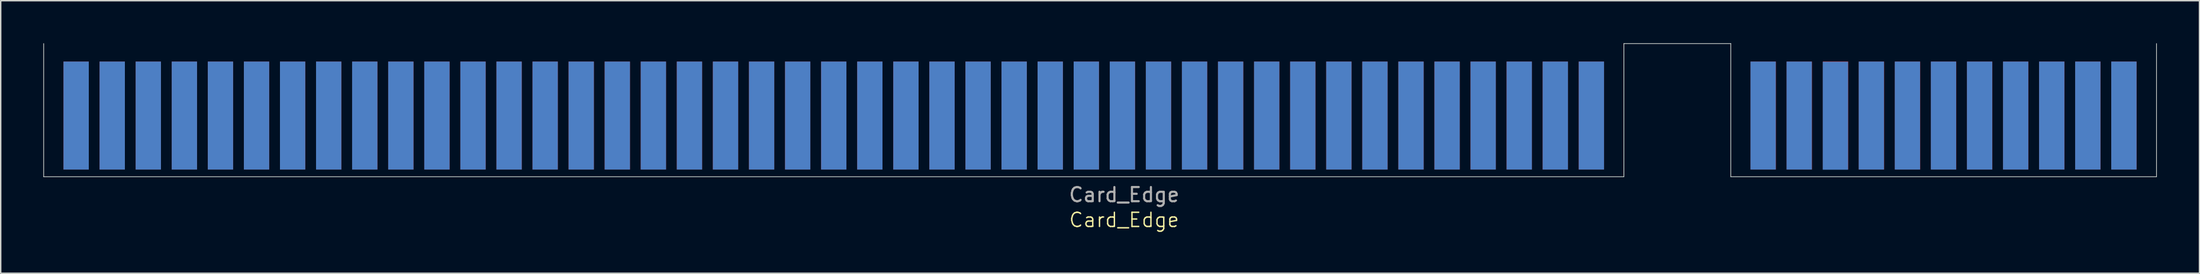
<source format=kicad_pcb>
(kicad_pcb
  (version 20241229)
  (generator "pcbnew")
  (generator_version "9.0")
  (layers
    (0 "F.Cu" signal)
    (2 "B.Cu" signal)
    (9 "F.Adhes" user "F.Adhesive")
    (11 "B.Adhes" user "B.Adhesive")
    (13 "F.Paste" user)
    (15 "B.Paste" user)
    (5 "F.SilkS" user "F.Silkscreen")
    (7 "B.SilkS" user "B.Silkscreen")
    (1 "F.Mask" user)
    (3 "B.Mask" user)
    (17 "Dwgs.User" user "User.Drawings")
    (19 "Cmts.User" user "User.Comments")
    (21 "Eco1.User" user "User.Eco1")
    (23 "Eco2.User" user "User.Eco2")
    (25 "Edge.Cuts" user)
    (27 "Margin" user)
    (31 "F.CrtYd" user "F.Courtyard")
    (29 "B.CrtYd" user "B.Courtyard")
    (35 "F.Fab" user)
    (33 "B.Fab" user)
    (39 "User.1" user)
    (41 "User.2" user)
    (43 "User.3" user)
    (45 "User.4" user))
  (footprint "Card_Edge"
    (layer "F.Cu")
    (at 76.098 7.899)
    (property "Reference" "Card_Edge" (at 0 4.572 0) (unlocked yes) (layer "F.SilkS") (effects (font (size 1 1) (thickness 0.1))))
    (attr smd)
    (fp_line (start -76.073 -7.874) (end -76.073 1.524) (stroke (width 0.05) (type default)) (layer "Edge.Cuts"))
    (fp_line (start -76.073 1.524) (end 35.179 1.524) (stroke (width 0.05) (type default)) (layer "Edge.Cuts"))
    (fp_line (start 35.179 -7.874) (end 42.707 -7.874) (stroke (width 0.05) (type default)) (layer "Edge.Cuts"))
    (fp_line (start 35.179 1.524) (end 35.179 -7.874) (stroke (width 0.05) (type default)) (layer "Edge.Cuts"))
    (fp_line (start 42.707 -7.874) (end 42.707 1.524) (stroke (width 0.05) (type solid)) (layer "Edge.Cuts"))
    (fp_line (start 42.707 1.524) (end 72.679 1.524) (stroke (width 0.05) (type default)) (layer "Edge.Cuts"))
    (fp_line (start 72.679 1.524) (end 72.679 -7.874) (stroke (width 0.05) (type solid)) (layer "Edge.Cuts"))
    (fp_text user "${REFERENCE}" (at 0 2.794 0) (unlocked yes) (layer "F.Fab") (effects (font (size 1 1) (thickness 0.15))))
    (pad "a1" connect rect (at -73.787 -2.794) (size 1.78 7.62) (layers "F.Cu" "F.Mask"))
    (pad "a2" connect rect (at -71.247 -2.794) (size 1.78 7.62) (layers "F.Cu" "F.Mask"))
    (pad "a3" connect rect (at -68.707 -2.794) (size 1.78 7.62) (layers "F.Cu" "F.Mask"))
    (pad "a4" connect rect (at -66.167 -2.794) (size 1.78 7.62) (layers "F.Cu" "F.Mask"))
    (pad "a5" connect rect (at -63.627 -2.794) (size 1.78 7.62) (layers "F.Cu" "F.Mask"))
    (pad "a6" connect rect (at -61.087 -2.794) (size 1.78 7.62) (layers "F.Cu" "F.Mask"))
    (pad "a7" connect rect (at -58.547 -2.794) (size 1.78 7.62) (layers "F.Cu" "F.Mask"))
    (pad "a8" connect rect (at -56.007 -2.794) (size 1.78 7.62) (layers "F.Cu" "F.Mask"))
    (pad "a9" connect rect (at -53.467 -2.794) (size 1.78 7.62) (layers "F.Cu" "F.Mask"))
    (pad "a10" connect rect (at -50.927 -2.794) (size 1.78 7.62) (layers "F.Cu" "F.Mask"))
    (pad "a11" connect rect (at -48.387 -2.794) (size 1.78 7.62) (layers "F.Cu" "F.Mask"))
    (pad "a12" connect rect (at -45.847 -2.794) (size 1.78 7.62) (layers "F.Cu" "F.Mask"))
    (pad "a13" connect rect (at -43.307 -2.794) (size 1.78 7.62) (layers "F.Cu" "F.Mask"))
    (pad "a14" connect rect (at -40.767 -2.794) (size 1.78 7.62) (layers "F.Cu" "F.Mask"))
    (pad "a15" connect rect (at -38.227 -2.794) (size 1.78 7.62) (layers "F.Cu" "F.Mask"))
    (pad "a16" connect rect (at -35.687 -2.794) (size 1.78 7.62) (layers "F.Cu" "F.Mask"))
    (pad "a17" connect rect (at -33.147 -2.794) (size 1.78 7.62) (layers "F.Cu" "F.Mask"))
    (pad "a18" connect rect (at -30.607 -2.794) (size 1.78 7.62) (layers "F.Cu" "F.Mask"))
    (pad "a19" connect rect (at -28.067 -2.794) (size 1.78 7.62) (layers "F.Cu" "F.Mask"))
    (pad "a20" connect rect (at -25.527 -2.794) (size 1.78 7.62) (layers "F.Cu" "F.Mask"))
    (pad "a21" connect rect (at -22.987 -2.794) (size 1.78 7.62) (layers "F.Cu" "F.Mask"))
    (pad "a22" connect rect (at -20.447 -2.794) (size 1.78 7.62) (layers "F.Cu" "F.Mask"))
    (pad "a23" connect rect (at -17.907 -2.794) (size 1.78 7.62) (layers "F.Cu" "F.Mask"))
    (pad "a24" connect rect (at -15.367 -2.794) (size 1.78 7.62) (layers "F.Cu" "F.Mask"))
    (pad "a25" connect rect (at -12.827 -2.794) (size 1.78 7.62) (layers "F.Cu" "F.Mask"))
    (pad "a26" connect rect (at -10.287 -2.794) (size 1.78 7.62) (layers "F.Cu" "F.Mask"))
    (pad "a27" connect rect (at -7.747 -2.794) (size 1.78 7.62) (layers "F.Cu" "F.Mask"))
    (pad "a28" connect rect (at -5.207 -2.794) (size 1.78 7.62) (layers "F.Cu" "F.Mask"))
    (pad "a29" connect rect (at -2.667 -2.794) (size 1.78 7.62) (layers "F.Cu" "F.Mask"))
    (pad "a30" connect rect (at -0.127 -2.794) (size 1.78 7.62) (layers "F.Cu" "F.Mask"))
    (pad "a31" connect rect (at 2.413 -2.794) (size 1.78 7.62) (layers "F.Cu" "F.Mask"))
    (pad "a32" connect rect (at 4.953 -2.794) (size 1.78 7.62) (layers "F.Cu" "F.Mask"))
    (pad "a33" connect rect (at 7.493 -2.794) (size 1.78 7.62) (layers "F.Cu" "F.Mask"))
    (pad "a34" connect rect (at 10.033 -2.794) (size 1.78 7.62) (layers "F.Cu" "F.Mask"))
    (pad "a35" connect rect (at 12.573 -2.794) (size 1.78 7.62) (layers "F.Cu" "F.Mask"))
    (pad "a36" connect rect (at 15.113 -2.794) (size 1.78 7.62) (layers "F.Cu" "F.Mask"))
    (pad "a37" connect rect (at 17.653 -2.794) (size 1.78 7.62) (layers "F.Cu" "F.Mask"))
    (pad "a38" connect rect (at 20.193 -2.794) (size 1.78 7.62) (layers "F.Cu" "F.Mask"))
    (pad "a39" connect rect (at 22.733 -2.794) (size 1.78 7.62) (layers "F.Cu" "F.Mask"))
    (pad "a40" connect rect (at 25.273 -2.794) (size 1.78 7.62) (layers "F.Cu" "F.Mask"))
    (pad "a41" connect rect (at 27.813 -2.794) (size 1.78 7.62) (layers "F.Cu" "F.Mask"))
    (pad "a42" connect rect (at 30.353 -2.794) (size 1.78 7.62) (layers "F.Cu" "F.Mask"))
    (pad "a43" connect rect (at 32.893 -2.794) (size 1.78 7.62) (layers "F.Cu" "F.Mask"))
    (pad "b1" connect rect (at -73.787 -2.794) (size 1.78 7.62) (layers "B.Cu" "B.Mask"))
    (pad "b2" connect rect (at -71.247 -2.794) (size 1.78 7.62) (layers "B.Cu" "B.Mask"))
    (pad "b3" connect rect (at -68.707 -2.794) (size 1.78 7.62) (layers "B.Cu" "B.Mask"))
    (pad "b4" connect rect (at -66.167 -2.794) (size 1.78 7.62) (layers "B.Cu" "B.Mask"))
    (pad "b5" connect rect (at -63.627 -2.794) (size 1.78 7.62) (layers "B.Cu" "B.Mask"))
    (pad "b6" connect rect (at -61.087 -2.794) (size 1.78 7.62) (layers "B.Cu" "B.Mask"))
    (pad "b7" connect rect (at -58.547 -2.794) (size 1.78 7.62) (layers "B.Cu" "B.Mask"))
    (pad "b8" connect rect (at -56.007 -2.794) (size 1.78 7.62) (layers "B.Cu" "B.Mask"))
    (pad "b9" connect rect (at -53.467 -2.794) (size 1.78 7.62) (layers "B.Cu" "B.Mask"))
    (pad "b10" connect rect (at -50.927 -2.794) (size 1.78 7.62) (layers "B.Cu" "B.Mask"))
    (pad "b11" connect rect (at -48.387 -2.794) (size 1.78 7.62) (layers "B.Cu" "B.Mask"))
    (pad "b12" connect rect (at -45.847 -2.794) (size 1.78 7.62) (layers "B.Cu" "B.Mask"))
    (pad "b13" connect rect (at -43.307 -2.794) (size 1.78 7.62) (layers "B.Cu" "B.Mask"))
    (pad "b14" connect rect (at -40.767 -2.794) (size 1.78 7.62) (layers "B.Cu" "B.Mask"))
    (pad "b15" connect rect (at -38.227 -2.794) (size 1.78 7.62) (layers "B.Cu" "B.Mask"))
    (pad "b16" connect rect (at -35.687 -2.794) (size 1.78 7.62) (layers "B.Cu" "B.Mask"))
    (pad "b17" connect rect (at -33.147 -2.794) (size 1.78 7.62) (layers "B.Cu" "B.Mask"))
    (pad "b18" connect rect (at -30.607 -2.794) (size 1.78 7.62) (layers "B.Cu" "B.Mask"))
    (pad "b19" connect rect (at -28.067 -2.794) (size 1.78 7.62) (layers "B.Cu" "B.Mask"))
    (pad "b20" connect rect (at -25.527 -2.794) (size 1.78 7.62) (layers "B.Cu" "B.Mask"))
    (pad "b21" connect rect (at -22.987 -2.794) (size 1.78 7.62) (layers "B.Cu" "B.Mask"))
    (pad "b22" connect rect (at -20.447 -2.794) (size 1.78 7.62) (layers "B.Cu" "B.Mask"))
    (pad "b23" connect rect (at -17.907 -2.794) (size 1.78 7.62) (layers "B.Cu" "B.Mask"))
    (pad "b24" connect rect (at -15.367 -2.794) (size 1.78 7.62) (layers "B.Cu" "B.Mask"))
    (pad "b25" connect rect (at -12.827 -2.794) (size 1.78 7.62) (layers "B.Cu" "B.Mask"))
    (pad "b26" connect rect (at -10.287 -2.794) (size 1.78 7.62) (layers "B.Cu" "B.Mask"))
    (pad "b27" connect rect (at -7.747 -2.794) (size 1.78 7.62) (layers "B.Cu" "B.Mask"))
    (pad "b28" connect rect (at -5.207 -2.794) (size 1.78 7.62) (layers "B.Cu" "B.Mask"))
    (pad "b29" connect rect (at -2.667 -2.794) (size 1.78 7.62) (layers "B.Cu" "B.Mask"))
    (pad "b30" connect rect (at -0.127 -2.794) (size 1.78 7.62) (layers "B.Cu" "B.Mask"))
    (pad "b31" connect rect (at 2.413 -2.794) (size 1.78 7.62) (layers "B.Cu" "B.Mask"))
    (pad "b32" connect rect (at 4.953 -2.794) (size 1.78 7.62) (layers "B.Cu" "B.Mask"))
    (pad "b33" connect rect (at 7.493 -2.794) (size 1.78 7.62) (layers "B.Cu" "B.Mask"))
    (pad "b34" connect rect (at 10.033 -2.794) (size 1.78 7.62) (layers "B.Cu" "B.Mask"))
    (pad "b35" connect rect (at 12.573 -2.794) (size 1.78 7.62) (layers "B.Cu" "B.Mask"))
    (pad "b36" connect rect (at 15.113 -2.794) (size 1.78 7.62) (layers "B.Cu" "B.Mask"))
    (pad "b37" connect rect (at 17.653 -2.794) (size 1.78 7.62) (layers "B.Cu" "B.Mask"))
    (pad "b38" connect rect (at 20.193 -2.794) (size 1.78 7.62) (layers "B.Cu" "B.Mask"))
    (pad "b39" connect rect (at 22.733 -2.794) (size 1.78 7.62) (layers "B.Cu" "B.Mask"))
    (pad "b40" connect rect (at 25.273 -2.794) (size 1.78 7.62) (layers "B.Cu" "B.Mask"))
    (pad "b41" connect rect (at 27.813 -2.794) (size 1.78 7.62) (layers "B.Cu" "B.Mask"))
    (pad "b42" connect rect (at 30.353 -2.794) (size 1.78 7.62) (layers "B.Cu" "B.Mask"))
    (pad "b43" connect rect (at 32.893 -2.794) (size 1.78 7.62) (layers "B.Cu" "B.Mask"))
    (pad "c1" connect rect (at 44.993 -2.794) (size 1.78 7.62) (layers "F.Cu" "F.Mask"))
    (pad "c2" connect rect (at 47.533 -2.794) (size 1.78 7.62) (layers "F.Cu" "F.Mask"))
    (pad "c3" connect rect (at 50.081 -2.805) (size 1.78 7.62) (layers "F.Cu" "F.Mask"))
    (pad "c4" connect rect (at 52.613 -2.794) (size 1.78 7.62) (layers "F.Cu" "F.Mask"))
    (pad "c5" connect rect (at 55.153 -2.794) (size 1.78 7.62) (layers "F.Cu" "F.Mask"))
    (pad "c6" connect rect (at 57.693 -2.794) (size 1.78 7.62) (layers "F.Cu" "F.Mask"))
    (pad "c7" connect rect (at 60.233 -2.794) (size 1.78 7.62) (layers "F.Cu" "F.Mask"))
    (pad "c8" connect rect (at 62.773 -2.794) (size 1.78 7.62) (layers "F.Cu" "F.Mask"))
    (pad "c9" connect rect (at 65.313 -2.794) (size 1.78 7.62) (layers "F.Cu" "F.Mask"))
    (pad "c10" connect rect (at 67.853 -2.794) (size 1.78 7.62) (layers "F.Cu" "F.Mask"))
    (pad "c11" connect rect (at 70.393 -2.794) (size 1.78 7.62) (layers "F.Cu" "F.Mask"))
    (pad "d1" connect rect (at 44.983 -2.794) (size 1.78 7.62) (layers "B.Cu" "B.Mask"))
    (pad "d2" connect rect (at 47.523 -2.794) (size 1.78 7.62) (layers "B.Cu" "B.Mask"))
    (pad "d3" connect rect (at 50.072 -2.783) (size 1.78 7.62) (layers "B.Cu" "B.Mask"))
    (pad "d4" connect rect (at 52.603 -2.794) (size 1.78 7.62) (layers "B.Cu" "B.Mask"))
    (pad "d5" connect rect (at 55.143 -2.794) (size 1.78 7.62) (layers "B.Cu" "B.Mask"))
    (pad "d6" connect rect (at 57.683 -2.794) (size 1.78 7.62) (layers "B.Cu" "B.Mask"))
    (pad "d7" connect rect (at 60.223 -2.794) (size 1.78 7.62) (layers "B.Cu" "B.Mask"))
    (pad "d8" connect rect (at 62.763 -2.794) (size 1.78 7.62) (layers "B.Cu" "B.Mask"))
    (pad "d9" connect rect (at 65.303 -2.794) (size 1.78 7.62) (layers "B.Cu" "B.Mask"))
    (pad "d10" connect rect (at 67.843 -2.794) (size 1.78 7.62) (layers "B.Cu" "B.Mask"))
    (pad "d11" connect rect (at 70.383 -2.794) (size 1.78 7.62) (layers "B.Cu" "B.Mask")))
  (gr_rect
    (start -3 -3)
    (end 151.802 16.232)
    (stroke (width 0.1) (type default))
    (fill no)
    (layer "Edge.Cuts")))
</source>
